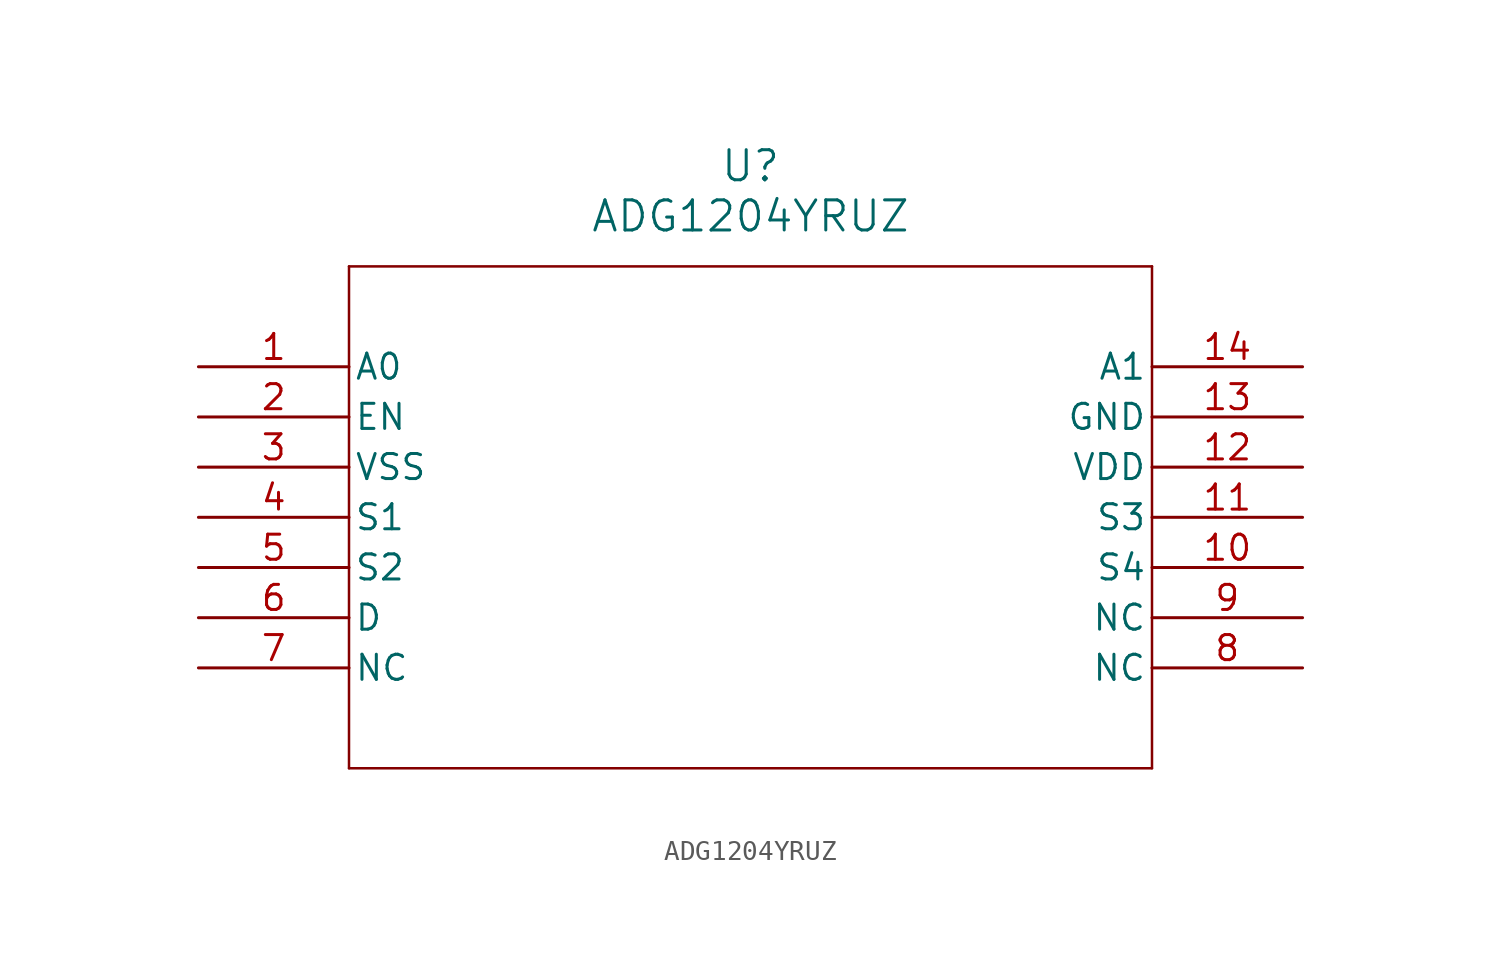
<source format=kicad_sym>
(kicad_symbol_lib
  (version 20211014)
  (generator kicad_symbol_editor)
  (symbol "ADG1204YRUZ"
    (pin_names
      (offset 0.254))
    (property "Reference" "U"
      (at 27.94 10.16 0)
      (effects (font (size 1.524 1.524))))
    (property "Value" "ADG1204YRUZ"
      (at 27.94 7.62 0)
      (effects (font (size 1.524 1.524))))
    (symbol "ADG1204YRUZ_0_1"
      (polyline (pts (xy 7.62 5.08) (xy 7.62 -20.32)) (stroke (width 0.127) (type default) (color 0 0 0 0)) (fill (type none)))
      (polyline (pts (xy 7.62 -20.32) (xy 48.26 -20.32)) (stroke (width 0.127) (type default) (color 0 0 0 0)) (fill (type none)))
      (polyline (pts (xy 48.26 -20.32) (xy 48.26 5.08)) (stroke (width 0.127) (type default) (color 0 0 0 0)) (fill (type none)))
      (polyline (pts (xy 48.26 5.08) (xy 7.62 5.08)) (stroke (width 0.127) (type default) (color 0 0 0 0)) (fill (type none)))
      (pin unspecified line (at 0 0 0) (length 7.62) (name "A0" (effects (font (size 1.27 1.27)))) (number "1" (effects (font (size 1.27 1.27)))))
      (pin unspecified line (at 0 -2.54 0) (length 7.62) (name "EN" (effects (font (size 1.27 1.27)))) (number "2" (effects (font (size 1.27 1.27)))))
      (pin power_in line (at 0 -5.08 0) (length 7.62) (name "VSS" (effects (font (size 1.27 1.27)))) (number "3" (effects (font (size 1.27 1.27)))))
      (pin unspecified line (at 0 -7.62 0) (length 7.62) (name "S1" (effects (font (size 1.27 1.27)))) (number "4" (effects (font (size 1.27 1.27)))))
      (pin unspecified line (at 0 -10.16 0) (length 7.62) (name "S2" (effects (font (size 1.27 1.27)))) (number "5" (effects (font (size 1.27 1.27)))))
      (pin unspecified line (at 0 -12.7 0) (length 7.62) (name "D" (effects (font (size 1.27 1.27)))) (number "6" (effects (font (size 1.27 1.27)))))
      (pin unspecified line (at 0 -15.24 0) (length 7.62) (name "NC" (effects (font (size 1.27 1.27)))) (number "7" (effects (font (size 1.27 1.27)))))
      (pin unspecified line (at 55.88 -15.24 180) (length 7.62) (name "NC" (effects (font (size 1.27 1.27)))) (number "8" (effects (font (size 1.27 1.27)))))
      (pin unspecified line (at 55.88 -12.7 180) (length 7.62) (name "NC" (effects (font (size 1.27 1.27)))) (number "9" (effects (font (size 1.27 1.27)))))
      (pin unspecified line (at 55.88 -10.16 180) (length 7.62) (name "S4" (effects (font (size 1.27 1.27)))) (number "10" (effects (font (size 1.27 1.27)))))
      (pin unspecified line (at 55.88 -7.62 180) (length 7.62) (name "S3" (effects (font (size 1.27 1.27)))) (number "11" (effects (font (size 1.27 1.27)))))
      (pin power_in line (at 55.88 -5.08 180) (length 7.62) (name "VDD" (effects (font (size 1.27 1.27)))) (number "12" (effects (font (size 1.27 1.27)))))
      (pin unspecified line (at 55.88 -2.54 180) (length 7.62) (name "GND" (effects (font (size 1.27 1.27)))) (number "13" (effects (font (size 1.27 1.27)))))
      (pin unspecified line (at 55.88 0 180) (length 7.62) (name "A1" (effects (font (size 1.27 1.27)))) (number "14" (effects (font (size 1.27 1.27))))))))
</source>
